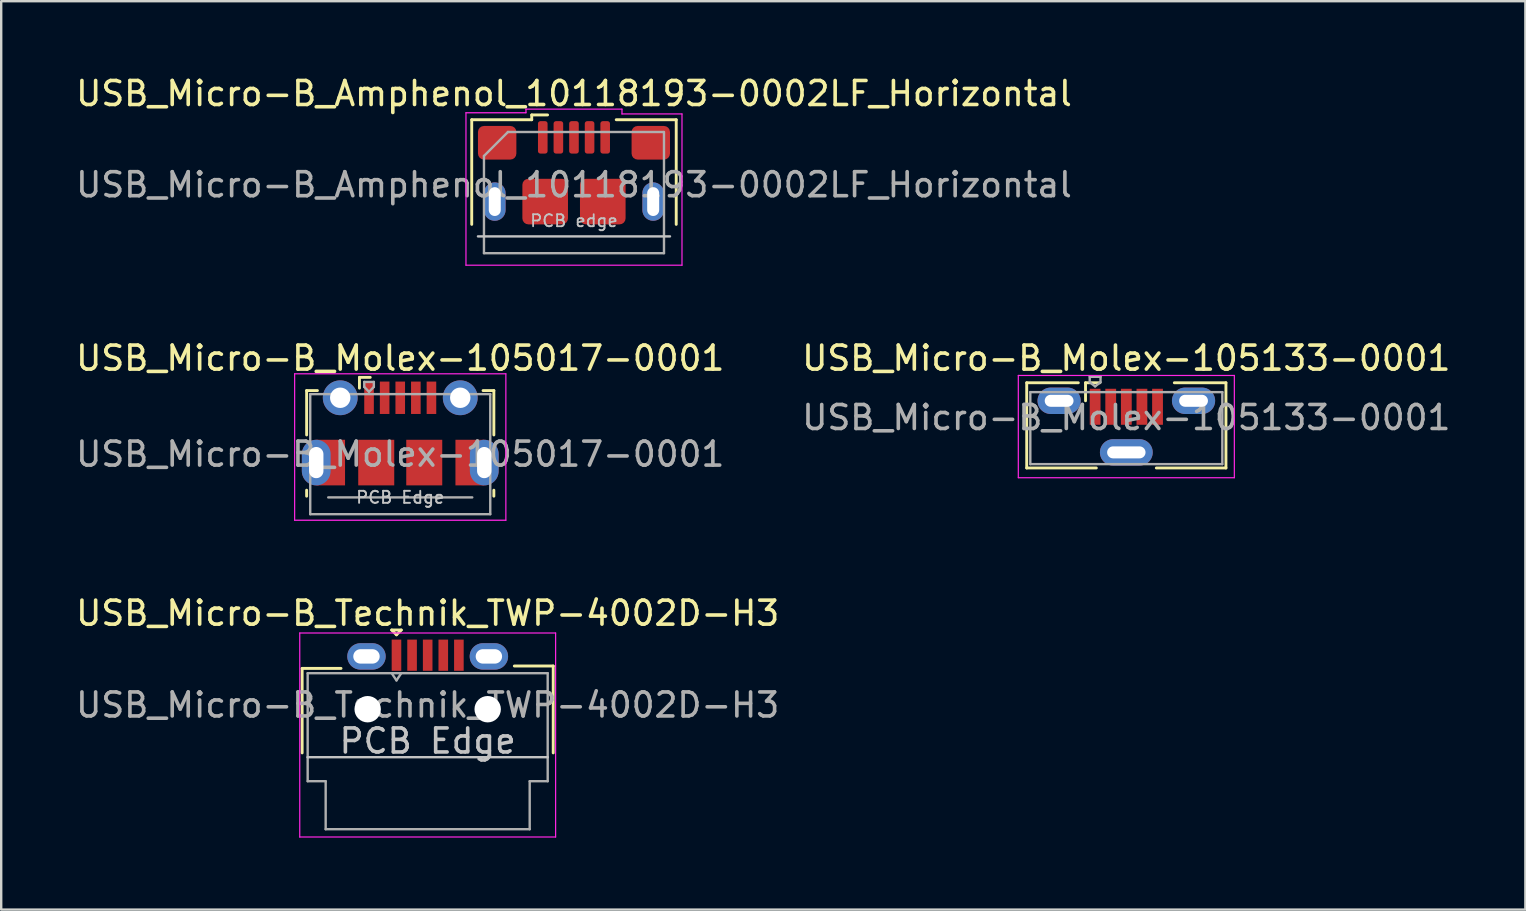
<source format=kicad_pcb>
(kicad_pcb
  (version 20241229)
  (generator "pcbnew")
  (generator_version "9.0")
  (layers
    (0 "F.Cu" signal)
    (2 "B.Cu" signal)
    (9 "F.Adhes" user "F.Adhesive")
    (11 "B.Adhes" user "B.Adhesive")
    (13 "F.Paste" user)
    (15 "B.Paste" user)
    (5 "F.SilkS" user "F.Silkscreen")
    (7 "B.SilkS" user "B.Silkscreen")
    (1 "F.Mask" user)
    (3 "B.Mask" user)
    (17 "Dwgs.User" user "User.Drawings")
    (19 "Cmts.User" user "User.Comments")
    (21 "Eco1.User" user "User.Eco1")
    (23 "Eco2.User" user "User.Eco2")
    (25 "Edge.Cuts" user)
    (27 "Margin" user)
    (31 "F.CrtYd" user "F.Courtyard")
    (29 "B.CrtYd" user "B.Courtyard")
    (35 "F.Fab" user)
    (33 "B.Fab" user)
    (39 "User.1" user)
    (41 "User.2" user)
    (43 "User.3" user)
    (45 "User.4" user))
  (footprint "USB_Micro-B_Technik_TWP-4002D-H3"
    (layer "F.Cu")
    (at 14.768 25.322)
    (property "Reference" "USB_Micro-B_Technik_TWP-4002D-H3" (at 0 -2.825 0) (layer "F.SilkS") (effects (font (size 1 1) (thickness 0.15))))
    (attr smd)
    (fp_line (start -5.23 -0.525) (end -3.61 -0.525) (stroke (width 0.12) (type solid)) (layer "F.SilkS"))
    (fp_line (start -5.23 2.995) (end -5.23 -0.525) (stroke (width 0.12) (type solid)) (layer "F.SilkS"))
    (fp_line (start -1.5 -2.125) (end -1.1 -2.125) (stroke (width 0.12) (type solid)) (layer "F.SilkS"))
    (fp_line (start -1.3 -1.925) (end -1.5 -2.125) (stroke (width 0.12) (type solid)) (layer "F.SilkS"))
    (fp_line (start -1.1 -2.125) (end -1.3 -1.925) (stroke (width 0.12) (type solid)) (layer "F.SilkS"))
    (fp_line (start 5.23 -0.625) (end 3.61 -0.625) (stroke (width 0.12) (type solid)) (layer "F.SilkS"))
    (fp_line (start 5.23 2.995) (end 5.23 -0.625) (stroke (width 0.12) (type solid)) (layer "F.SilkS"))
    (fp_line (start 5 3.175) (end -5 3.175) (stroke (width 0.1) (type solid)) (layer "Dwgs.User"))
    (fp_line (start -5.33 -2) (end 5.33 -2) (stroke (width 0.05) (type solid)) (layer "F.CrtYd"))
    (fp_line (start -5.33 6.5) (end -5.33 -2) (stroke (width 0.05) (type solid)) (layer "F.CrtYd"))
    (fp_line (start 5.33 -2) (end 5.33 6.5) (stroke (width 0.05) (type solid)) (layer "F.CrtYd"))
    (fp_line (start 5.33 6.5) (end -5.33 6.5) (stroke (width 0.05) (type solid)) (layer "F.CrtYd"))
    (fp_line (start -5 -0.325) (end 5 -0.325) (stroke (width 0.1) (type solid)) (layer "F.Fab"))
    (fp_line (start -5 3.175) (end -5 -0.325) (stroke (width 0.1) (type solid)) (layer "F.Fab"))
    (fp_line (start -5 3.175) (end -5 4.175) (stroke (width 0.1) (type solid)) (layer "F.Fab"))
    (fp_line (start -5 4.175) (end -4.25 4.175) (stroke (width 0.1) (type solid)) (layer "F.Fab"))
    (fp_line (start -4.25 4.175) (end -4.25 6.175) (stroke (width 0.1) (type solid)) (layer "F.Fab"))
    (fp_line (start -4.25 6.175) (end 4.25 6.175) (stroke (width 0.1) (type solid)) (layer "F.Fab"))
    (fp_line (start -1.5 -0.325) (end -1.3 -0.025) (stroke (width 0.1) (type solid)) (layer "F.Fab"))
    (fp_line (start -1.3 -0.025) (end -1.1 -0.325) (stroke (width 0.1) (type solid)) (layer "F.Fab"))
    (fp_line (start 4.25 4.175) (end 5 4.175) (stroke (width 0.1) (type solid)) (layer "F.Fab"))
    (fp_line (start 4.25 6.175) (end 4.25 4.175) (stroke (width 0.1) (type solid)) (layer "F.Fab"))
    (fp_line (start 5 -0.325) (end 5 3.175) (stroke (width 0.1) (type solid)) (layer "F.Fab"))
    (fp_line (start 5 4.175) (end 5 3.175) (stroke (width 0.1) (type solid)) (layer "F.Fab"))
    (fp_text user "PCB Edge" (at 0 2.5 0) (layer "Dwgs.User") (effects (font (size 1 1) (thickness 0.15))))
    (fp_text user "${REFERENCE}" (at 0 1 0) (layer "F.Fab") (effects (font (size 1 1) (thickness 0.15))))
    (pad "" np_thru_hole circle (at -2.5 1.175) (size 1.1 1.1) (drill 1.1) (layers "*.Cu" "*.Mask"))
    (pad "" np_thru_hole circle (at 2.5 1.175) (size 1.1 1.1) (drill 1.1) (layers "*.Cu" "*.Mask"))
    (pad "1" smd rect (at -1.3 -1.075) (size 0.4 1.3) (layers "F.Cu" "F.Mask" "F.Paste"))
    (pad "2" smd rect (at -0.65 -1.075) (size 0.4 1.3) (layers "F.Cu" "F.Mask" "F.Paste"))
    (pad "3" smd rect (at 0 -1.075) (size 0.4 1.3) (layers "F.Cu" "F.Mask" "F.Paste"))
    (pad "4" smd rect (at 0.65 -1.075) (size 0.4 1.3) (layers "F.Cu" "F.Mask" "F.Paste"))
    (pad "5" smd rect (at 1.3 -1.075) (size 0.4 1.3) (layers "F.Cu" "F.Mask" "F.Paste"))
    (pad "SH" thru_hole oval (at -2.55 -1.025) (size 1.6 1.1) (drill oval 1.1 0.6) (property pad_prop_mechanical) (layers "*.Cu" "*.Mask"))
    (pad "SH" thru_hole oval (at 2.55 -1.025) (size 1.6 1.1) (drill oval 1.1 0.6) (property pad_prop_mechanical) (layers "*.Cu" "*.Mask")))
  (footprint "USB_Micro-B_Molex-105017-0001"
    (layer "F.Cu")
    (at 13.625 14.984)
    (property "Reference" "USB_Micro-B_Molex-105017-0001" (at 0 -3.112 0) (layer "F.SilkS") (effects (font (size 1 1) (thickness 0.15))))
    (attr smd)
    (fp_line (start -3.9 -1.762) (end -3.45 -1.762) (stroke (width 0.12) (type solid)) (layer "F.SilkS"))
    (fp_line (start -3.9 0.087) (end -3.9 -1.762) (stroke (width 0.12) (type solid)) (layer "F.SilkS"))
    (fp_line (start -3.9 2.638) (end -3.9 2.388) (stroke (width 0.12) (type solid)) (layer "F.SilkS"))
    (fp_line (start -1.7 -2.312) (end -1.7 -1.863) (stroke (width 0.12) (type solid)) (layer "F.SilkS"))
    (fp_line (start -1.7 -2.312) (end -1.25 -2.312) (stroke (width 0.12) (type solid)) (layer "F.SilkS"))
    (fp_line (start 3.9 -1.762) (end 3.45 -1.762) (stroke (width 0.12) (type solid)) (layer "F.SilkS"))
    (fp_line (start 3.9 0.087) (end 3.9 -1.762) (stroke (width 0.12) (type solid)) (layer "F.SilkS"))
    (fp_line (start 3.9 2.638) (end 3.9 2.388) (stroke (width 0.12) (type solid)) (layer "F.SilkS"))
    (fp_line (start -4.4 -2.46) (end 4.4 -2.46) (stroke (width 0.05) (type solid)) (layer "F.CrtYd"))
    (fp_line (start -4.4 3.64) (end -4.4 -2.46) (stroke (width 0.05) (type solid)) (layer "F.CrtYd"))
    (fp_line (start -4.4 3.64) (end 4.4 3.64) (stroke (width 0.05) (type solid)) (layer "F.CrtYd"))
    (fp_line (start 4.4 -2.46) (end 4.4 3.64) (stroke (width 0.05) (type solid)) (layer "F.CrtYd"))
    (fp_line (start -3.75 -1.613) (end 3.75 -1.613) (stroke (width 0.1) (type solid)) (layer "F.Fab"))
    (fp_line (start -3.75 3.388) (end -3.75 -1.613) (stroke (width 0.1) (type solid)) (layer "F.Fab"))
    (fp_line (start -3.75 3.389) (end 3.75 3.389) (stroke (width 0.1) (type solid)) (layer "F.Fab"))
    (fp_line (start -3 2.689) (end 3 2.689) (stroke (width 0.1) (type solid)) (layer "F.Fab"))
    (fp_line (start -1.5 -2.123) (end -1.5 -1.913) (stroke (width 0.1) (type solid)) (layer "F.Fab"))
    (fp_line (start -1.5 -2.123) (end -1.1 -2.123) (stroke (width 0.1) (type solid)) (layer "F.Fab"))
    (fp_line (start -1.3 -1.712) (end -1.5 -1.913) (stroke (width 0.1) (type solid)) (layer "F.Fab"))
    (fp_line (start -1.1 -2.123) (end -1.1 -1.913) (stroke (width 0.1) (type solid)) (layer "F.Fab"))
    (fp_line (start -1.1 -1.913) (end -1.3 -1.712) (stroke (width 0.1) (type solid)) (layer "F.Fab"))
    (fp_line (start 3.75 3.388) (end 3.75 -1.613) (stroke (width 0.1) (type solid)) (layer "F.Fab"))
    (fp_text user "PCB Edge" (at 0 2.688 0) (layer "Dwgs.User") (effects (font (size 0.5 0.5) (thickness 0.08))))
    (fp_text user "${REFERENCE}" (at 0 0.887 0) (layer "F.Fab") (effects (font (size 1 1) (thickness 0.15))))
    (pad "1" smd rect (at -1.3 -1.462) (size 0.4 1.35) (layers "F.Cu" "F.Mask" "F.Paste"))
    (pad "2" smd rect (at -0.65 -1.462) (size 0.4 1.35) (layers "F.Cu" "F.Mask" "F.Paste"))
    (pad "3" smd rect (at 0 -1.462) (size 0.4 1.35) (layers "F.Cu" "F.Mask" "F.Paste"))
    (pad "4" smd rect (at 0.65 -1.462) (size 0.4 1.35) (layers "F.Cu" "F.Mask" "F.Paste"))
    (pad "5" smd rect (at 1.3 -1.462) (size 0.4 1.35) (layers "F.Cu" "F.Mask" "F.Paste"))
    (pad "SH" thru_hole oval (at -3.5 1.238 180) (size 1.2 1.9) (drill oval 0.6 1.3) (property pad_prop_mechanical) (layers "*.Cu" "*.Mask"))
    (pad "SH" smd rect (at -2.9 1.238) (size 1.2 1.9) (layers "F.Cu" "F.Mask"))
    (pad "SH" thru_hole circle (at -2.5 -1.462) (size 1.45 1.45) (drill 0.85) (property pad_prop_mechanical) (layers "*.Cu" "*.Mask"))
    (pad "SH" smd rect (at -1 1.238) (size 1.5 1.9) (layers "F.Cu" "F.Mask" "F.Paste"))
    (pad "SH" smd rect (at 1 1.238) (size 1.5 1.9) (layers "F.Cu" "F.Mask" "F.Paste"))
    (pad "SH" thru_hole circle (at 2.5 -1.462) (size 1.45 1.45) (drill 0.85) (property pad_prop_mechanical) (layers "*.Cu" "*.Mask"))
    (pad "SH" smd rect (at 2.9 1.238) (size 1.2 1.9) (layers "F.Cu" "F.Mask"))
    (pad "SH" thru_hole oval (at 3.5 1.238) (size 1.2 1.9) (drill oval 0.6 1.3) (property pad_prop_mechanical) (layers "*.Cu" "*.Mask")))
  (footprint "USB_Micro-B_Amphenol_10118193-0002LF_Horizontal"
    (layer "F.Cu")
    (at 20.863 5.348)
    (property "Reference" "USB_Micro-B_Amphenol_10118193-0002LF_Horizontal" (at 0 -4.5 0) (layer "F.SilkS") (effects (font (size 1 1) (thickness 0.15))))
    (attr smd)
    (fp_line (start -4.26 -3.41) (end -4.26 0.95) (stroke (width 0.12) (type solid)) (layer "F.SilkS"))
    (fp_line (start -4.26 -3.41) (end -1.76 -3.41) (stroke (width 0.12) (type default)) (layer "F.SilkS"))
    (fp_line (start -1.76 -3.41) (end -1.76 -3.61) (stroke (width 0.12) (type default)) (layer "F.SilkS"))
    (fp_line (start -1.1 -3.61) (end -1.76 -3.61) (stroke (width 0.12) (type default)) (layer "F.SilkS"))
    (fp_line (start 1.76 -3.41) (end 4.26 -3.41) (stroke (width 0.12) (type default)) (layer "F.SilkS"))
    (fp_line (start 4.26 -3.41) (end 4.26 0.95) (stroke (width 0.12) (type solid)) (layer "F.SilkS"))
    (fp_line (start -4 1.45) (end 4 1.45) (stroke (width 0.1) (type solid)) (layer "Dwgs.User"))
    (fp_line (start -4.5 -3.7) (end -4.5 2.65) (stroke (width 0.05) (type solid)) (layer "F.CrtYd"))
    (fp_line (start -4.5 -3.7) (end -2 -3.7) (stroke (width 0.05) (type default)) (layer "F.CrtYd"))
    (fp_line (start -2 -3.85) (end 2 -3.85) (stroke (width 0.05) (type solid)) (layer "F.CrtYd"))
    (fp_line (start -2 -3.7) (end -2 -3.85) (stroke (width 0.05) (type default)) (layer "F.CrtYd"))
    (fp_line (start 2 -3.65) (end 2 -3.85) (stroke (width 0.05) (type default)) (layer "F.CrtYd"))
    (fp_line (start 4.5 -3.65) (end 2 -3.65) (stroke (width 0.05) (type default)) (layer "F.CrtYd"))
    (fp_line (start 4.5 2.65) (end -4.5 2.65) (stroke (width 0.05) (type solid)) (layer "F.CrtYd"))
    (fp_line (start 4.5 2.65) (end 4.5 -3.65) (stroke (width 0.05) (type solid)) (layer "F.CrtYd"))
    (fp_line (start -3.75 -1.9) (end -3.75 2.15) (stroke (width 0.1) (type solid)) (layer "F.Fab"))
    (fp_line (start -3.75 -1.9) (end -2.75 -2.9) (stroke (width 0.1) (type default)) (layer "F.Fab"))
    (fp_line (start -3.75 2.15) (end 3.75 2.15) (stroke (width 0.1) (type solid)) (layer "F.Fab"))
    (fp_line (start 3.73 -2.9) (end -2.75 -2.9) (stroke (width 0.1) (type solid)) (layer "F.Fab"))
    (fp_line (start 3.75 2.15) (end 3.75 -2.9) (stroke (width 0.1) (type solid)) (layer "F.Fab"))
    (fp_text user "PCB edge" (at 0 0.8 0) (layer "Dwgs.User") (effects (font (size 0.5 0.5) (thickness 0.075))))
    (fp_text user "${REFERENCE}" (at 0 -0.7 0) (layer "F.Fab") (effects (font (size 1 1) (thickness 0.15))))
    (pad "1" smd roundrect (at -1.3 -2.675) (size 0.4 1.35) (layers "F.Cu" "F.Mask" "F.Paste") (roundrect_rratio 0.25))
    (pad "2" smd roundrect (at -0.65 -2.675) (size 0.4 1.35) (layers "F.Cu" "F.Mask" "F.Paste") (roundrect_rratio 0.25))
    (pad "3" smd roundrect (at 0 -2.675) (size 0.4 1.35) (layers "F.Cu" "F.Mask" "F.Paste") (roundrect_rratio 0.25))
    (pad "4" smd roundrect (at 0.65 -2.675) (size 0.4 1.35) (layers "F.Cu" "F.Mask" "F.Paste") (roundrect_rratio 0.25))
    (pad "5" smd roundrect (at 1.3 -2.675) (size 0.4 1.35) (layers "F.Cu" "F.Mask" "F.Paste") (roundrect_rratio 0.25))
    (pad "SH" thru_hole oval (at -3.3 0 90) (size 1.6 0.9) (drill oval 1.2 0.5) (property pad_prop_mechanical) (layers "*.Cu" "*.Mask" "F.Paste"))
    (pad "SH" smd roundrect (at -3.2 -2.45) (size 1.6 1.4) (layers "F.Cu" "F.Mask" "F.Paste") (roundrect_rratio 0.179))
    (pad "SH" smd roundrect (at -1.2 0) (size 1.9 1.9) (layers "F.Cu" "F.Mask" "F.Paste") (roundrect_rratio 0.132))
    (pad "SH" smd roundrect (at 1.2 0) (size 1.9 1.9) (layers "F.Cu" "F.Mask" "F.Paste") (roundrect_rratio 0.132))
    (pad "SH" smd roundrect (at 3.2 -2.45) (size 1.6 1.4) (layers "F.Cu" "F.Mask" "F.Paste") (roundrect_rratio 0.179))
    (pad "SH" thru_hole oval (at 3.3 0 90) (size 1.6 0.9) (drill oval 1.2 0.5) (property pad_prop_mechanical) (layers "*.Cu" "*.Mask" "F.Paste")))
  (footprint "USB_Micro-B_Molex-105133-0001"
    (layer "F.Cu")
    (at 43.875 14.722)
    (property "Reference" "USB_Micro-B_Molex-105133-0001" (at 0 -2.85 0) (layer "F.SilkS") (effects (font (size 1 1) (thickness 0.15))))
    (attr smd)
    (fp_line (start -4.15 -1.825) (end -4.15 1.725) (stroke (width 0.12) (type solid)) (layer "F.SilkS"))
    (fp_line (start -4.15 1.725) (end -1.25 1.725) (stroke (width 0.12) (type solid)) (layer "F.SilkS"))
    (fp_line (start -2 -1.825) (end -4.15 -1.825) (stroke (width 0.12) (type solid)) (layer "F.SilkS"))
    (fp_line (start -1.7 -1.825) (end -1.1 -1.825) (stroke (width 0.12) (type solid)) (layer "F.SilkS"))
    (fp_line (start -1.7 -1.075) (end -1.7 -1.825) (stroke (width 0.12) (type solid)) (layer "F.SilkS"))
    (fp_line (start 2 -1.825) (end 4.15 -1.825) (stroke (width 0.12) (type solid)) (layer "F.SilkS"))
    (fp_line (start 4.15 -1.825) (end 4.15 1.725) (stroke (width 0.12) (type solid)) (layer "F.SilkS"))
    (fp_line (start 4.15 1.725) (end 1.25 1.725) (stroke (width 0.12) (type solid)) (layer "F.SilkS"))
    (fp_line (start -4.5 -2.13) (end 4.5 -2.13) (stroke (width 0.05) (type solid)) (layer "F.CrtYd"))
    (fp_line (start -4.5 2.13) (end -4.5 -2.13) (stroke (width 0.05) (type solid)) (layer "F.CrtYd"))
    (fp_line (start -4.5 2.13) (end 4.5 2.13) (stroke (width 0.05) (type solid)) (layer "F.CrtYd"))
    (fp_line (start 4.5 2.13) (end 4.5 -2.13) (stroke (width 0.05) (type solid)) (layer "F.CrtYd"))
    (fp_line (start -4 1.565) (end -4 -1.435) (stroke (width 0.1) (type solid)) (layer "F.Fab"))
    (fp_line (start -4 1.565) (end 4 1.565) (stroke (width 0.1) (type solid)) (layer "F.Fab"))
    (fp_line (start -1.525 -2.075) (end -1.075 -2.075) (stroke (width 0.1) (type solid)) (layer "F.Fab"))
    (fp_line (start -1.525 -1.85) (end -1.525 -2.075) (stroke (width 0.1) (type solid)) (layer "F.Fab"))
    (fp_line (start -1.3 -1.675) (end -1.525 -1.85) (stroke (width 0.1) (type solid)) (layer "F.Fab"))
    (fp_line (start -1.3 -1.675) (end -1.075 -1.85) (stroke (width 0.1) (type solid)) (layer "F.Fab"))
    (fp_line (start -1.075 -2.075) (end -1.075 -1.85) (stroke (width 0.1) (type solid)) (layer "F.Fab"))
    (fp_line (start 4 -1.435) (end -4 -1.435) (stroke (width 0.1) (type solid)) (layer "F.Fab"))
    (fp_line (start 4 1.565) (end 4 -1.435) (stroke (width 0.1) (type solid)) (layer "F.Fab"))
    (fp_text user "${REFERENCE}" (at 0 -0.375 0) (layer "F.Fab") (effects (font (size 1 1) (thickness 0.15))))
    (pad "1" smd rect (at -1.3 -0.825) (size 0.45 1.5) (layers "F.Cu" "F.Mask" "F.Paste"))
    (pad "2" smd rect (at -0.65 -0.825) (size 0.45 1.5) (layers "F.Cu" "F.Mask" "F.Paste"))
    (pad "3" smd rect (at 0 -0.825) (size 0.45 1.5) (layers "F.Cu" "F.Mask" "F.Paste"))
    (pad "4" smd rect (at 0.65 -0.825) (size 0.45 1.5) (layers "F.Cu" "F.Mask" "F.Paste"))
    (pad "5" smd rect (at 1.3 -0.825) (size 0.45 1.5) (layers "F.Cu" "F.Mask" "F.Paste"))
    (pad "6" thru_hole oval (at -2.8 -1.075) (size 1.8 1.1) (drill oval 1.2 0.5) (property pad_prop_mechanical) (layers "*.Cu" "*.Mask"))
    (pad "6" thru_hole oval (at 0 1.075) (size 2.2 1.1) (drill oval 1.6 0.5) (property pad_prop_mechanical) (layers "*.Cu" "*.Mask"))
    (pad "6" thru_hole oval (at 2.8 -1.075) (size 1.8 1.1) (drill oval 1.2 0.5) (property pad_prop_mechanical) (layers "*.Cu" "*.Mask")))
  (gr_rect
    (start -3 -3)
    (end 60.5 34.847)
    (stroke (width 0.1) (type default))
    (fill no)
    (layer "Edge.Cuts")))
</source>
